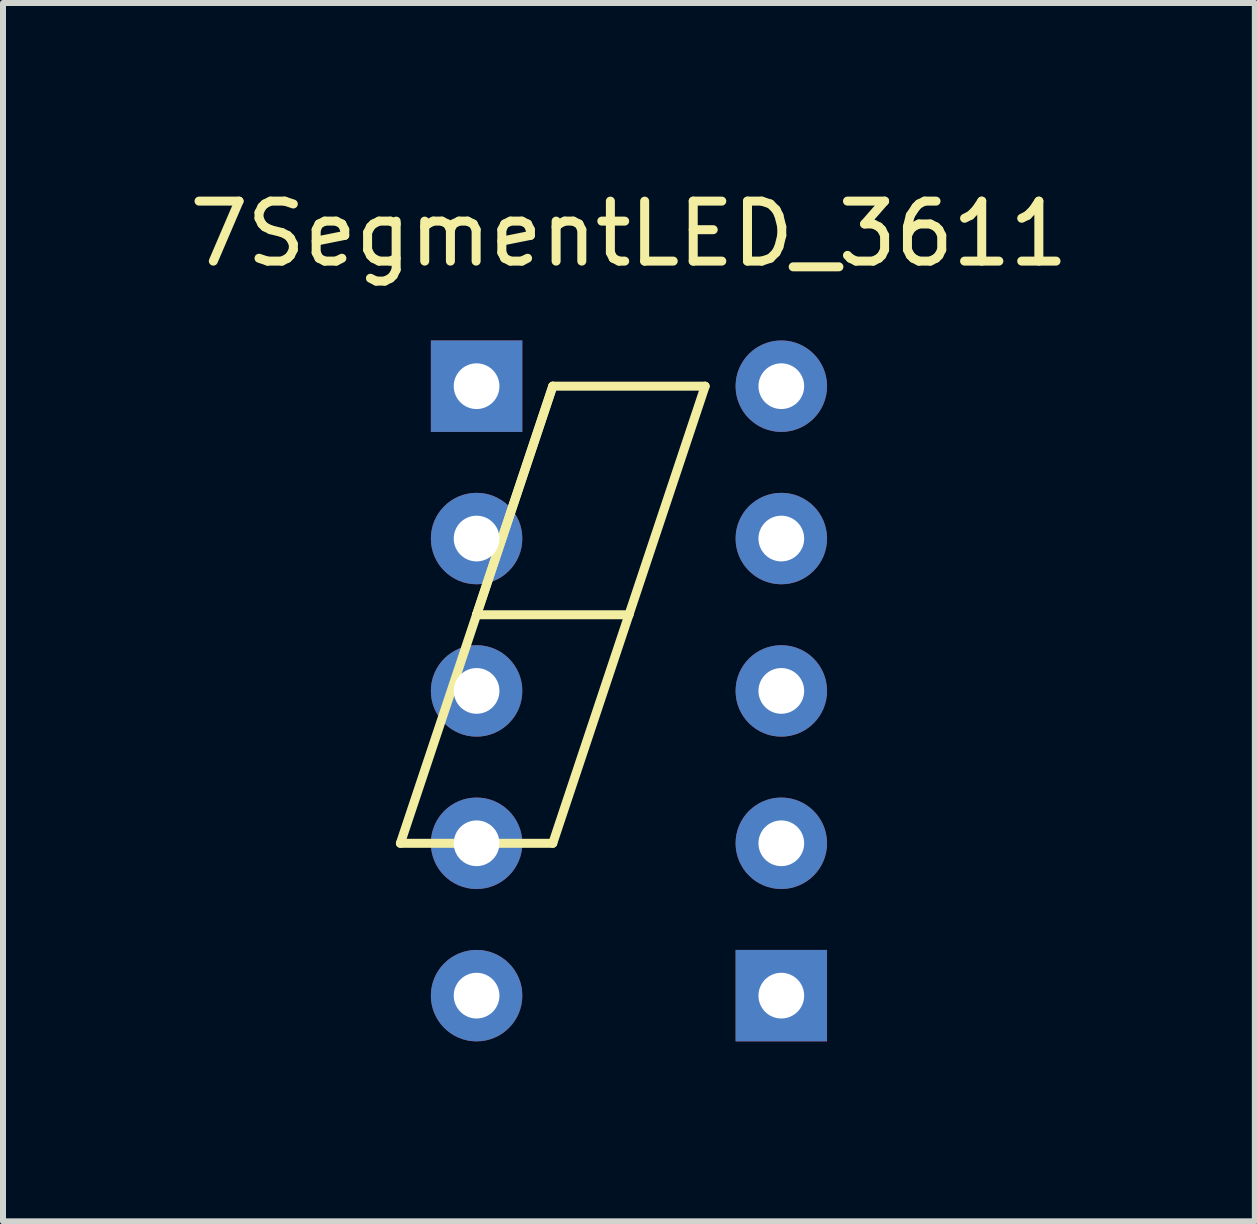
<source format=kicad_pcb>
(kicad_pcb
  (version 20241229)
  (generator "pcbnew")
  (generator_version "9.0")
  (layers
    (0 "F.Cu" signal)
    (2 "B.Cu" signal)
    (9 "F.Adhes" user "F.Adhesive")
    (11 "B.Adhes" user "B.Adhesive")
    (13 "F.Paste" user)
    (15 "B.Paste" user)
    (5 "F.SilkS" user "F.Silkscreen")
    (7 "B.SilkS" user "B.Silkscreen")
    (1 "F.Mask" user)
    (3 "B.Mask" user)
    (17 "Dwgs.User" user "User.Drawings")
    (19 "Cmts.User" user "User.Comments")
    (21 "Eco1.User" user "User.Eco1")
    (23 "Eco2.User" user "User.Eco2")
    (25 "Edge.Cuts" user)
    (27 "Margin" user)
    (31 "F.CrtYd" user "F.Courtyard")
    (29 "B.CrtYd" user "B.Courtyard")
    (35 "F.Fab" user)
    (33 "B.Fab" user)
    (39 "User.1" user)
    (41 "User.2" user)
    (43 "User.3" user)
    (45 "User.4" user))
  (footprint "7SegmentLED_3611"
    (layer "F.Cu")
    (at 7.435 9.738)
    (property "Reference" "7SegmentLED_3611" (at 0 -8.89 0) (layer "F.SilkS") (effects (font (size 1 1) (thickness 0.15))))
    (attr through_hole)
    (fp_line (start -3.81 1.27) (end -1.27 1.27) (stroke (width 0.15) (type solid)) (layer "F.SilkS"))
    (fp_line (start -2.54 -2.54) (end -3.81 1.27) (stroke (width 0.15) (type solid)) (layer "F.SilkS"))
    (fp_line (start -2.54 -2.54) (end 0 -2.54) (stroke (width 0.15) (type solid)) (layer "F.SilkS"))
    (fp_line (start -1.27 -6.35) (end -2.54 -2.54) (stroke (width 0.15) (type solid)) (layer "F.SilkS"))
    (fp_line (start -1.27 -6.35) (end -2.54 -2.54) (stroke (width 0.15) (type solid)) (layer "F.SilkS"))
    (fp_line (start -1.27 1.27) (end 0 -2.54) (stroke (width 0.15) (type solid)) (layer "F.SilkS"))
    (fp_line (start 0 -2.54) (end 1.27 -6.35) (stroke (width 0.15) (type solid)) (layer "F.SilkS"))
    (fp_line (start 1.27 -6.35) (end -1.27 -6.35) (stroke (width 0.15) (type solid)) (layer "F.SilkS"))
    (pad "1" thru_hole circle (at -2.54 1.27) (size 1.524 1.524) (drill 0.762) (layers "*.Cu" "*.Mask"))
    (pad "2" thru_hole circle (at -2.54 3.81) (size 1.524 1.524) (drill 0.762) (layers "*.Cu" "*.Mask"))
    (pad "3" thru_hole rect (at -2.54 -6.35) (size 1.524 1.524) (drill 0.762) (layers "*.Cu" "*.Mask"))
    (pad "4" thru_hole circle (at 2.54 -1.27) (size 1.524 1.524) (drill 0.762) (layers "*.Cu" "*.Mask"))
    (pad "5" thru_hole circle (at 2.54 1.27) (size 1.524 1.524) (drill 0.762) (layers "*.Cu" "*.Mask"))
    (pad "6" thru_hole circle (at 2.54 -3.81) (size 1.524 1.524) (drill 0.762) (layers "*.Cu" "*.Mask"))
    (pad "7" thru_hole circle (at 2.54 -6.35) (size 1.524 1.524) (drill 0.762) (layers "*.Cu" "*.Mask"))
    (pad "8" thru_hole rect (at 2.54 3.81) (size 1.524 1.524) (drill 0.762) (layers "*.Cu" "*.Mask"))
    (pad "9" thru_hole circle (at -2.54 -3.81) (size 1.524 1.524) (drill 0.762) (layers "*.Cu" "*.Mask"))
    (pad "10" thru_hole circle (at -2.54 -1.27) (size 1.524 1.524) (drill 0.762) (layers "*.Cu" "*.Mask")))
  (gr_rect
    (start -3 -3)
    (end 17.869 17.31)
    (stroke (width 0.1) (type default))
    (fill no)
    (layer "Edge.Cuts")))
</source>
